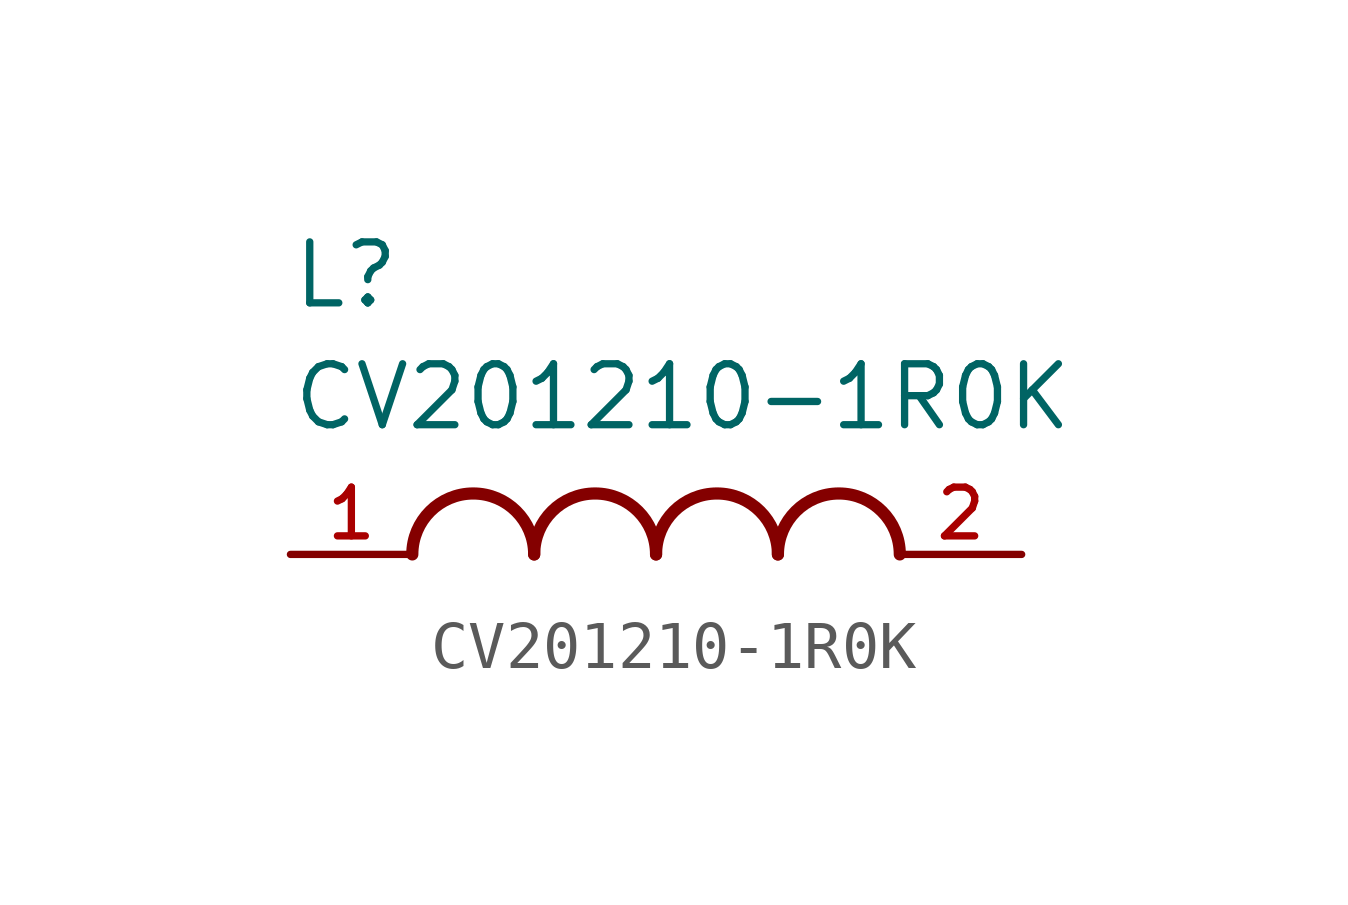
<source format=kicad_sym>
(kicad_symbol_lib
  (version 20211014)
  (generator kicad_symbol_editor)
  (symbol "CV201210-1R0K"
    (pin_names
      (offset 1.016))
    (property "Reference" "L"
      (at -7.62 5.08 0)
      (effects (font (size 1.27 1.27)) (justify bottom left)))
    (property "Value" "CV201210-1R0K"
      (at -7.62 2.54 0)
      (effects (font (size 1.27 1.27)) (justify bottom left)))
    (symbol "CV201210-1R0K_0_0"
      (arc (start -2.54 0.0) (mid -3.81 1.27) (end -5.08 0.0) (stroke (width 0.254) (type default) (color 0 0 0 0)) (fill (type none)))
      (arc (start 0.0 0.0) (mid -1.27 1.27) (end -2.54 0.0) (stroke (width 0.254) (type default) (color 0 0 0 0)) (fill (type none)))
      (arc (start 2.54 0.0) (mid 1.27 1.27) (end 0.0 0.0) (stroke (width 0.254) (type default) (color 0 0 0 0)) (fill (type none)))
      (arc (start 5.08 0.0) (mid 3.81 1.27) (end 2.54 0.0) (stroke (width 0.254) (type default) (color 0 0 0 0)) (fill (type none)))
      (pin passive line (at -7.62 0.0 0) (length 2.54) (name "~" (effects (font (size 1.016 1.016)))) (number "1" (effects (font (size 1.016 1.016)))))
      (pin passive line (at 7.62 0.0 180.0) (length 2.54) (name "~" (effects (font (size 1.016 1.016)))) (number "2" (effects (font (size 1.016 1.016))))))))
</source>
